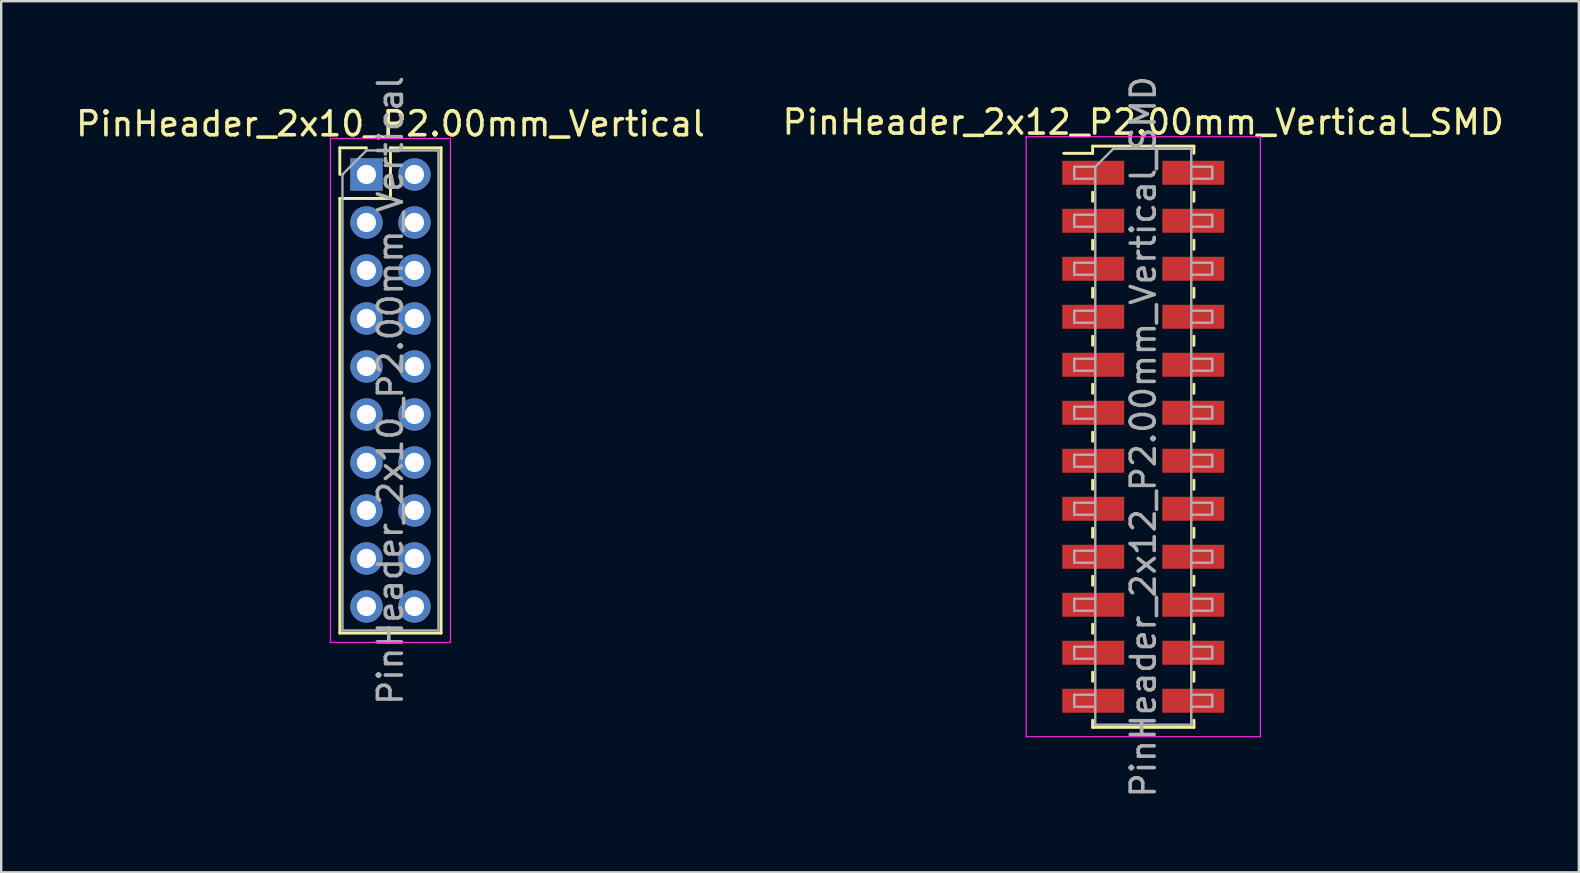
<source format=kicad_pcb>
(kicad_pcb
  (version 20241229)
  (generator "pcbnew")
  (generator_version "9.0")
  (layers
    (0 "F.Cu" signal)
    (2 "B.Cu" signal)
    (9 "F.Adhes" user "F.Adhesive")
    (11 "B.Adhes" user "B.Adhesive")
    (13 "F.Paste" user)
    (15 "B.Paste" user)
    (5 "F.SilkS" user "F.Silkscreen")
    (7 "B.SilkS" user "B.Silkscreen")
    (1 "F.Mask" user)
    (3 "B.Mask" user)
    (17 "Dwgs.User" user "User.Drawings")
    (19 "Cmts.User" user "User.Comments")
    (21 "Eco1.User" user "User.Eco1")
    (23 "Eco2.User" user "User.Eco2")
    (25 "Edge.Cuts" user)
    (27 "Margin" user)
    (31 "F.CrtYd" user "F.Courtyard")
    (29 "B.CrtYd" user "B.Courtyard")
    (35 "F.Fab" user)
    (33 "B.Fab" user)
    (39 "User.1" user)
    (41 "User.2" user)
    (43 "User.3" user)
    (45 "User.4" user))
  (footprint "PinHeader_2x12_P2.00mm_Vertical_SMD"
    (layer "F.Cu")
    (at 44.589 15.149)
    (property "Reference" "PinHeader_2x12_P2.00mm_Vertical_SMD" (at 0 -13.11 0) (layer "F.SilkS") (effects (font (size 1 1) (thickness 0.15))))
    (attr smd)
    (fp_line (start -3.315 -11.81) (end -2.11 -11.81) (stroke (width 0.12) (type solid)) (layer "F.SilkS"))
    (fp_line (start -2.11 -12.11) (end -2.11 -11.81) (stroke (width 0.12) (type solid)) (layer "F.SilkS"))
    (fp_line (start -2.11 -12.11) (end 2.11 -12.11) (stroke (width 0.12) (type solid)) (layer "F.SilkS"))
    (fp_line (start -2.11 -10.19) (end -2.11 -9.81) (stroke (width 0.12) (type solid)) (layer "F.SilkS"))
    (fp_line (start -2.11 -8.19) (end -2.11 -7.81) (stroke (width 0.12) (type solid)) (layer "F.SilkS"))
    (fp_line (start -2.11 -6.19) (end -2.11 -5.81) (stroke (width 0.12) (type solid)) (layer "F.SilkS"))
    (fp_line (start -2.11 -4.19) (end -2.11 -3.81) (stroke (width 0.12) (type solid)) (layer "F.SilkS"))
    (fp_line (start -2.11 -2.19) (end -2.11 -1.81) (stroke (width 0.12) (type solid)) (layer "F.SilkS"))
    (fp_line (start -2.11 -0.19) (end -2.11 0.19) (stroke (width 0.12) (type solid)) (layer "F.SilkS"))
    (fp_line (start -2.11 1.81) (end -2.11 2.19) (stroke (width 0.12) (type solid)) (layer "F.SilkS"))
    (fp_line (start -2.11 3.81) (end -2.11 4.19) (stroke (width 0.12) (type solid)) (layer "F.SilkS"))
    (fp_line (start -2.11 5.81) (end -2.11 6.19) (stroke (width 0.12) (type solid)) (layer "F.SilkS"))
    (fp_line (start -2.11 7.81) (end -2.11 8.19) (stroke (width 0.12) (type solid)) (layer "F.SilkS"))
    (fp_line (start -2.11 9.81) (end -2.11 10.19) (stroke (width 0.12) (type solid)) (layer "F.SilkS"))
    (fp_line (start -2.11 11.81) (end -2.11 12.11) (stroke (width 0.12) (type solid)) (layer "F.SilkS"))
    (fp_line (start -2.11 12.11) (end 2.11 12.11) (stroke (width 0.12) (type solid)) (layer "F.SilkS"))
    (fp_line (start 2.11 -12.11) (end 2.11 -11.81) (stroke (width 0.12) (type solid)) (layer "F.SilkS"))
    (fp_line (start 2.11 -10.19) (end 2.11 -9.81) (stroke (width 0.12) (type solid)) (layer "F.SilkS"))
    (fp_line (start 2.11 -8.19) (end 2.11 -7.81) (stroke (width 0.12) (type solid)) (layer "F.SilkS"))
    (fp_line (start 2.11 -6.19) (end 2.11 -5.81) (stroke (width 0.12) (type solid)) (layer "F.SilkS"))
    (fp_line (start 2.11 -4.19) (end 2.11 -3.81) (stroke (width 0.12) (type solid)) (layer "F.SilkS"))
    (fp_line (start 2.11 -2.19) (end 2.11 -1.81) (stroke (width 0.12) (type solid)) (layer "F.SilkS"))
    (fp_line (start 2.11 -0.19) (end 2.11 0.19) (stroke (width 0.12) (type solid)) (layer "F.SilkS"))
    (fp_line (start 2.11 1.81) (end 2.11 2.19) (stroke (width 0.12) (type solid)) (layer "F.SilkS"))
    (fp_line (start 2.11 3.81) (end 2.11 4.19) (stroke (width 0.12) (type solid)) (layer "F.SilkS"))
    (fp_line (start 2.11 5.81) (end 2.11 6.19) (stroke (width 0.12) (type solid)) (layer "F.SilkS"))
    (fp_line (start 2.11 7.81) (end 2.11 8.19) (stroke (width 0.12) (type solid)) (layer "F.SilkS"))
    (fp_line (start 2.11 9.81) (end 2.11 10.19) (stroke (width 0.12) (type solid)) (layer "F.SilkS"))
    (fp_line (start 2.11 11.81) (end 2.11 12.11) (stroke (width 0.12) (type solid)) (layer "F.SilkS"))
    (fp_line (start -4.88 -12.5) (end -4.88 12.5) (stroke (width 0.05) (type solid)) (layer "F.CrtYd"))
    (fp_line (start -4.88 12.5) (end 4.88 12.5) (stroke (width 0.05) (type solid)) (layer "F.CrtYd"))
    (fp_line (start 4.88 -12.5) (end -4.88 -12.5) (stroke (width 0.05) (type solid)) (layer "F.CrtYd"))
    (fp_line (start 4.88 12.5) (end 4.88 -12.5) (stroke (width 0.05) (type solid)) (layer "F.CrtYd"))
    (fp_line (start -2.875 -11.25) (end -2.875 -10.75) (stroke (width 0.1) (type solid)) (layer "F.Fab"))
    (fp_line (start -2.875 -10.75) (end -2 -10.75) (stroke (width 0.1) (type solid)) (layer "F.Fab"))
    (fp_line (start -2.875 -9.25) (end -2.875 -8.75) (stroke (width 0.1) (type solid)) (layer "F.Fab"))
    (fp_line (start -2.875 -8.75) (end -2 -8.75) (stroke (width 0.1) (type solid)) (layer "F.Fab"))
    (fp_line (start -2.875 -7.25) (end -2.875 -6.75) (stroke (width 0.1) (type solid)) (layer "F.Fab"))
    (fp_line (start -2.875 -6.75) (end -2 -6.75) (stroke (width 0.1) (type solid)) (layer "F.Fab"))
    (fp_line (start -2.875 -5.25) (end -2.875 -4.75) (stroke (width 0.1) (type solid)) (layer "F.Fab"))
    (fp_line (start -2.875 -4.75) (end -2 -4.75) (stroke (width 0.1) (type solid)) (layer "F.Fab"))
    (fp_line (start -2.875 -3.25) (end -2.875 -2.75) (stroke (width 0.1) (type solid)) (layer "F.Fab"))
    (fp_line (start -2.875 -2.75) (end -2 -2.75) (stroke (width 0.1) (type solid)) (layer "F.Fab"))
    (fp_line (start -2.875 -1.25) (end -2.875 -0.75) (stroke (width 0.1) (type solid)) (layer "F.Fab"))
    (fp_line (start -2.875 -0.75) (end -2 -0.75) (stroke (width 0.1) (type solid)) (layer "F.Fab"))
    (fp_line (start -2.875 0.75) (end -2.875 1.25) (stroke (width 0.1) (type solid)) (layer "F.Fab"))
    (fp_line (start -2.875 1.25) (end -2 1.25) (stroke (width 0.1) (type solid)) (layer "F.Fab"))
    (fp_line (start -2.875 2.75) (end -2.875 3.25) (stroke (width 0.1) (type solid)) (layer "F.Fab"))
    (fp_line (start -2.875 3.25) (end -2 3.25) (stroke (width 0.1) (type solid)) (layer "F.Fab"))
    (fp_line (start -2.875 4.75) (end -2.875 5.25) (stroke (width 0.1) (type solid)) (layer "F.Fab"))
    (fp_line (start -2.875 5.25) (end -2 5.25) (stroke (width 0.1) (type solid)) (layer "F.Fab"))
    (fp_line (start -2.875 6.75) (end -2.875 7.25) (stroke (width 0.1) (type solid)) (layer "F.Fab"))
    (fp_line (start -2.875 7.25) (end -2 7.25) (stroke (width 0.1) (type solid)) (layer "F.Fab"))
    (fp_line (start -2.875 8.75) (end -2.875 9.25) (stroke (width 0.1) (type solid)) (layer "F.Fab"))
    (fp_line (start -2.875 9.25) (end -2 9.25) (stroke (width 0.1) (type solid)) (layer "F.Fab"))
    (fp_line (start -2.875 10.75) (end -2.875 11.25) (stroke (width 0.1) (type solid)) (layer "F.Fab"))
    (fp_line (start -2.875 11.25) (end -2 11.25) (stroke (width 0.1) (type solid)) (layer "F.Fab"))
    (fp_line (start -2 -11.25) (end -2.875 -11.25) (stroke (width 0.1) (type solid)) (layer "F.Fab"))
    (fp_line (start -2 -11.25) (end -1.25 -12) (stroke (width 0.1) (type solid)) (layer "F.Fab"))
    (fp_line (start -2 -9.25) (end -2.875 -9.25) (stroke (width 0.1) (type solid)) (layer "F.Fab"))
    (fp_line (start -2 -7.25) (end -2.875 -7.25) (stroke (width 0.1) (type solid)) (layer "F.Fab"))
    (fp_line (start -2 -5.25) (end -2.875 -5.25) (stroke (width 0.1) (type solid)) (layer "F.Fab"))
    (fp_line (start -2 -3.25) (end -2.875 -3.25) (stroke (width 0.1) (type solid)) (layer "F.Fab"))
    (fp_line (start -2 -1.25) (end -2.875 -1.25) (stroke (width 0.1) (type solid)) (layer "F.Fab"))
    (fp_line (start -2 0.75) (end -2.875 0.75) (stroke (width 0.1) (type solid)) (layer "F.Fab"))
    (fp_line (start -2 2.75) (end -2.875 2.75) (stroke (width 0.1) (type solid)) (layer "F.Fab"))
    (fp_line (start -2 4.75) (end -2.875 4.75) (stroke (width 0.1) (type solid)) (layer "F.Fab"))
    (fp_line (start -2 6.75) (end -2.875 6.75) (stroke (width 0.1) (type solid)) (layer "F.Fab"))
    (fp_line (start -2 8.75) (end -2.875 8.75) (stroke (width 0.1) (type solid)) (layer "F.Fab"))
    (fp_line (start -2 10.75) (end -2.875 10.75) (stroke (width 0.1) (type solid)) (layer "F.Fab"))
    (fp_line (start -2 12) (end -2 -11.25) (stroke (width 0.1) (type solid)) (layer "F.Fab"))
    (fp_line (start -1.25 -12) (end 2 -12) (stroke (width 0.1) (type solid)) (layer "F.Fab"))
    (fp_line (start 2 -12) (end 2 12) (stroke (width 0.1) (type solid)) (layer "F.Fab"))
    (fp_line (start 2 -11.25) (end 2.875 -11.25) (stroke (width 0.1) (type solid)) (layer "F.Fab"))
    (fp_line (start 2 -9.25) (end 2.875 -9.25) (stroke (width 0.1) (type solid)) (layer "F.Fab"))
    (fp_line (start 2 -7.25) (end 2.875 -7.25) (stroke (width 0.1) (type solid)) (layer "F.Fab"))
    (fp_line (start 2 -5.25) (end 2.875 -5.25) (stroke (width 0.1) (type solid)) (layer "F.Fab"))
    (fp_line (start 2 -3.25) (end 2.875 -3.25) (stroke (width 0.1) (type solid)) (layer "F.Fab"))
    (fp_line (start 2 -1.25) (end 2.875 -1.25) (stroke (width 0.1) (type solid)) (layer "F.Fab"))
    (fp_line (start 2 0.75) (end 2.875 0.75) (stroke (width 0.1) (type solid)) (layer "F.Fab"))
    (fp_line (start 2 2.75) (end 2.875 2.75) (stroke (width 0.1) (type solid)) (layer "F.Fab"))
    (fp_line (start 2 4.75) (end 2.875 4.75) (stroke (width 0.1) (type solid)) (layer "F.Fab"))
    (fp_line (start 2 6.75) (end 2.875 6.75) (stroke (width 0.1) (type solid)) (layer "F.Fab"))
    (fp_line (start 2 8.75) (end 2.875 8.75) (stroke (width 0.1) (type solid)) (layer "F.Fab"))
    (fp_line (start 2 10.75) (end 2.875 10.75) (stroke (width 0.1) (type solid)) (layer "F.Fab"))
    (fp_line (start 2 12) (end -2 12) (stroke (width 0.1) (type solid)) (layer "F.Fab"))
    (fp_line (start 2.875 -11.25) (end 2.875 -10.75) (stroke (width 0.1) (type solid)) (layer "F.Fab"))
    (fp_line (start 2.875 -10.75) (end 2 -10.75) (stroke (width 0.1) (type solid)) (layer "F.Fab"))
    (fp_line (start 2.875 -9.25) (end 2.875 -8.75) (stroke (width 0.1) (type solid)) (layer "F.Fab"))
    (fp_line (start 2.875 -8.75) (end 2 -8.75) (stroke (width 0.1) (type solid)) (layer "F.Fab"))
    (fp_line (start 2.875 -7.25) (end 2.875 -6.75) (stroke (width 0.1) (type solid)) (layer "F.Fab"))
    (fp_line (start 2.875 -6.75) (end 2 -6.75) (stroke (width 0.1) (type solid)) (layer "F.Fab"))
    (fp_line (start 2.875 -5.25) (end 2.875 -4.75) (stroke (width 0.1) (type solid)) (layer "F.Fab"))
    (fp_line (start 2.875 -4.75) (end 2 -4.75) (stroke (width 0.1) (type solid)) (layer "F.Fab"))
    (fp_line (start 2.875 -3.25) (end 2.875 -2.75) (stroke (width 0.1) (type solid)) (layer "F.Fab"))
    (fp_line (start 2.875 -2.75) (end 2 -2.75) (stroke (width 0.1) (type solid)) (layer "F.Fab"))
    (fp_line (start 2.875 -1.25) (end 2.875 -0.75) (stroke (width 0.1) (type solid)) (layer "F.Fab"))
    (fp_line (start 2.875 -0.75) (end 2 -0.75) (stroke (width 0.1) (type solid)) (layer "F.Fab"))
    (fp_line (start 2.875 0.75) (end 2.875 1.25) (stroke (width 0.1) (type solid)) (layer "F.Fab"))
    (fp_line (start 2.875 1.25) (end 2 1.25) (stroke (width 0.1) (type solid)) (layer "F.Fab"))
    (fp_line (start 2.875 2.75) (end 2.875 3.25) (stroke (width 0.1) (type solid)) (layer "F.Fab"))
    (fp_line (start 2.875 3.25) (end 2 3.25) (stroke (width 0.1) (type solid)) (layer "F.Fab"))
    (fp_line (start 2.875 4.75) (end 2.875 5.25) (stroke (width 0.1) (type solid)) (layer "F.Fab"))
    (fp_line (start 2.875 5.25) (end 2 5.25) (stroke (width 0.1) (type solid)) (layer "F.Fab"))
    (fp_line (start 2.875 6.75) (end 2.875 7.25) (stroke (width 0.1) (type solid)) (layer "F.Fab"))
    (fp_line (start 2.875 7.25) (end 2 7.25) (stroke (width 0.1) (type solid)) (layer "F.Fab"))
    (fp_line (start 2.875 8.75) (end 2.875 9.25) (stroke (width 0.1) (type solid)) (layer "F.Fab"))
    (fp_line (start 2.875 9.25) (end 2 9.25) (stroke (width 0.1) (type solid)) (layer "F.Fab"))
    (fp_line (start 2.875 10.75) (end 2.875 11.25) (stroke (width 0.1) (type solid)) (layer "F.Fab"))
    (fp_line (start 2.875 11.25) (end 2 11.25) (stroke (width 0.1) (type solid)) (layer "F.Fab"))
    (fp_text user "${REFERENCE}" (at 0 0 90) (layer "F.Fab") (effects (font (size 1 1) (thickness 0.15))))
    (pad "1" smd rect (at -2.085 -11) (size 2.58 1) (layers "F.Cu" "F.Mask" "F.Paste"))
    (pad "2" smd rect (at 2.085 -11) (size 2.58 1) (layers "F.Cu" "F.Mask" "F.Paste"))
    (pad "3" smd rect (at -2.085 -9) (size 2.58 1) (layers "F.Cu" "F.Mask" "F.Paste"))
    (pad "4" smd rect (at 2.085 -9) (size 2.58 1) (layers "F.Cu" "F.Mask" "F.Paste"))
    (pad "5" smd rect (at -2.085 -7) (size 2.58 1) (layers "F.Cu" "F.Mask" "F.Paste"))
    (pad "6" smd rect (at 2.085 -7) (size 2.58 1) (layers "F.Cu" "F.Mask" "F.Paste"))
    (pad "7" smd rect (at -2.085 -5) (size 2.58 1) (layers "F.Cu" "F.Mask" "F.Paste"))
    (pad "8" smd rect (at 2.085 -5) (size 2.58 1) (layers "F.Cu" "F.Mask" "F.Paste"))
    (pad "9" smd rect (at -2.085 -3) (size 2.58 1) (layers "F.Cu" "F.Mask" "F.Paste"))
    (pad "10" smd rect (at 2.085 -3) (size 2.58 1) (layers "F.Cu" "F.Mask" "F.Paste"))
    (pad "11" smd rect (at -2.085 -1) (size 2.58 1) (layers "F.Cu" "F.Mask" "F.Paste"))
    (pad "12" smd rect (at 2.085 -1) (size 2.58 1) (layers "F.Cu" "F.Mask" "F.Paste"))
    (pad "13" smd rect (at -2.085 1) (size 2.58 1) (layers "F.Cu" "F.Mask" "F.Paste"))
    (pad "14" smd rect (at 2.085 1) (size 2.58 1) (layers "F.Cu" "F.Mask" "F.Paste"))
    (pad "15" smd rect (at -2.085 3) (size 2.58 1) (layers "F.Cu" "F.Mask" "F.Paste"))
    (pad "16" smd rect (at 2.085 3) (size 2.58 1) (layers "F.Cu" "F.Mask" "F.Paste"))
    (pad "17" smd rect (at -2.085 5) (size 2.58 1) (layers "F.Cu" "F.Mask" "F.Paste"))
    (pad "18" smd rect (at 2.085 5) (size 2.58 1) (layers "F.Cu" "F.Mask" "F.Paste"))
    (pad "19" smd rect (at -2.085 7) (size 2.58 1) (layers "F.Cu" "F.Mask" "F.Paste"))
    (pad "20" smd rect (at 2.085 7) (size 2.58 1) (layers "F.Cu" "F.Mask" "F.Paste"))
    (pad "21" smd rect (at -2.085 9) (size 2.58 1) (layers "F.Cu" "F.Mask" "F.Paste"))
    (pad "22" smd rect (at 2.085 9) (size 2.58 1) (layers "F.Cu" "F.Mask" "F.Paste"))
    (pad "23" smd rect (at -2.085 11) (size 2.58 1) (layers "F.Cu" "F.Mask" "F.Paste"))
    (pad "24" smd rect (at 2.085 11) (size 2.58 1) (layers "F.Cu" "F.Mask" "F.Paste")))
  (footprint "PinHeader_2x10_P2.00mm_Vertical"
    (layer "F.Cu")
    (at 12.22 4.22)
    (property "Reference" "PinHeader_2x10_P2.00mm_Vertical" (at 1 -2.11 0) (layer "F.SilkS") (effects (font (size 1 1) (thickness 0.15))))
    (attr through_hole)
    (fp_line (start -1.11 -1.11) (end 0 -1.11) (stroke (width 0.12) (type solid)) (layer "F.SilkS"))
    (fp_line (start -1.11 0) (end -1.11 -1.11) (stroke (width 0.12) (type solid)) (layer "F.SilkS"))
    (fp_line (start -1.11 1) (end -1.11 19.11) (stroke (width 0.12) (type solid)) (layer "F.SilkS"))
    (fp_line (start -1.11 1) (end 1 1) (stroke (width 0.12) (type solid)) (layer "F.SilkS"))
    (fp_line (start -1.11 19.11) (end 3.11 19.11) (stroke (width 0.12) (type solid)) (layer "F.SilkS"))
    (fp_line (start 1 -1.11) (end 3.11 -1.11) (stroke (width 0.12) (type solid)) (layer "F.SilkS"))
    (fp_line (start 1 1) (end 1 -1.11) (stroke (width 0.12) (type solid)) (layer "F.SilkS"))
    (fp_line (start 3.11 -1.11) (end 3.11 19.11) (stroke (width 0.12) (type solid)) (layer "F.SilkS"))
    (fp_line (start -1.5 -1.5) (end -1.5 19.5) (stroke (width 0.05) (type solid)) (layer "F.CrtYd"))
    (fp_line (start -1.5 19.5) (end 3.5 19.5) (stroke (width 0.05) (type solid)) (layer "F.CrtYd"))
    (fp_line (start 3.5 -1.5) (end -1.5 -1.5) (stroke (width 0.05) (type solid)) (layer "F.CrtYd"))
    (fp_line (start 3.5 19.5) (end 3.5 -1.5) (stroke (width 0.05) (type solid)) (layer "F.CrtYd"))
    (fp_line (start -1 0) (end 0 -1) (stroke (width 0.1) (type solid)) (layer "F.Fab"))
    (fp_line (start -1 19) (end -1 0) (stroke (width 0.1) (type solid)) (layer "F.Fab"))
    (fp_line (start 0 -1) (end 3 -1) (stroke (width 0.1) (type solid)) (layer "F.Fab"))
    (fp_line (start 3 -1) (end 3 19) (stroke (width 0.1) (type solid)) (layer "F.Fab"))
    (fp_line (start 3 19) (end -1 19) (stroke (width 0.1) (type solid)) (layer "F.Fab"))
    (fp_text user "${REFERENCE}" (at 1 9 90) (layer "F.Fab") (effects (font (size 1 1) (thickness 0.15))))
    (pad "1" thru_hole rect (at 0 0) (size 1.35 1.35) (drill 0.8) (layers "*.Cu" "*.Mask"))
    (pad "2" thru_hole circle (at 2 0) (size 1.35 1.35) (drill 0.8) (layers "*.Cu" "*.Mask"))
    (pad "3" thru_hole circle (at 0 2) (size 1.35 1.35) (drill 0.8) (layers "*.Cu" "*.Mask"))
    (pad "4" thru_hole circle (at 2 2) (size 1.35 1.35) (drill 0.8) (layers "*.Cu" "*.Mask"))
    (pad "5" thru_hole circle (at 0 4) (size 1.35 1.35) (drill 0.8) (layers "*.Cu" "*.Mask"))
    (pad "6" thru_hole circle (at 2 4) (size 1.35 1.35) (drill 0.8) (layers "*.Cu" "*.Mask"))
    (pad "7" thru_hole circle (at 0 6) (size 1.35 1.35) (drill 0.8) (layers "*.Cu" "*.Mask"))
    (pad "8" thru_hole circle (at 2 6) (size 1.35 1.35) (drill 0.8) (layers "*.Cu" "*.Mask"))
    (pad "9" thru_hole circle (at 0 8) (size 1.35 1.35) (drill 0.8) (layers "*.Cu" "*.Mask"))
    (pad "10" thru_hole circle (at 2 8) (size 1.35 1.35) (drill 0.8) (layers "*.Cu" "*.Mask"))
    (pad "11" thru_hole circle (at 0 10) (size 1.35 1.35) (drill 0.8) (layers "*.Cu" "*.Mask"))
    (pad "12" thru_hole circle (at 2 10) (size 1.35 1.35) (drill 0.8) (layers "*.Cu" "*.Mask"))
    (pad "13" thru_hole circle (at 0 12) (size 1.35 1.35) (drill 0.8) (layers "*.Cu" "*.Mask"))
    (pad "14" thru_hole circle (at 2 12) (size 1.35 1.35) (drill 0.8) (layers "*.Cu" "*.Mask"))
    (pad "15" thru_hole circle (at 0 14) (size 1.35 1.35) (drill 0.8) (layers "*.Cu" "*.Mask"))
    (pad "16" thru_hole circle (at 2 14) (size 1.35 1.35) (drill 0.8) (layers "*.Cu" "*.Mask"))
    (pad "17" thru_hole circle (at 0 16) (size 1.35 1.35) (drill 0.8) (layers "*.Cu" "*.Mask"))
    (pad "18" thru_hole circle (at 2 16) (size 1.35 1.35) (drill 0.8) (layers "*.Cu" "*.Mask"))
    (pad "19" thru_hole circle (at 0 18) (size 1.35 1.35) (drill 0.8) (layers "*.Cu" "*.Mask"))
    (pad "20" thru_hole circle (at 2 18) (size 1.35 1.35) (drill 0.8) (layers "*.Cu" "*.Mask")))
  (gr_rect
    (start -3 -3)
    (end 62.738 33.298)
    (stroke (width 0.1) (type default))
    (fill no)
    (layer "Edge.Cuts")))
</source>
